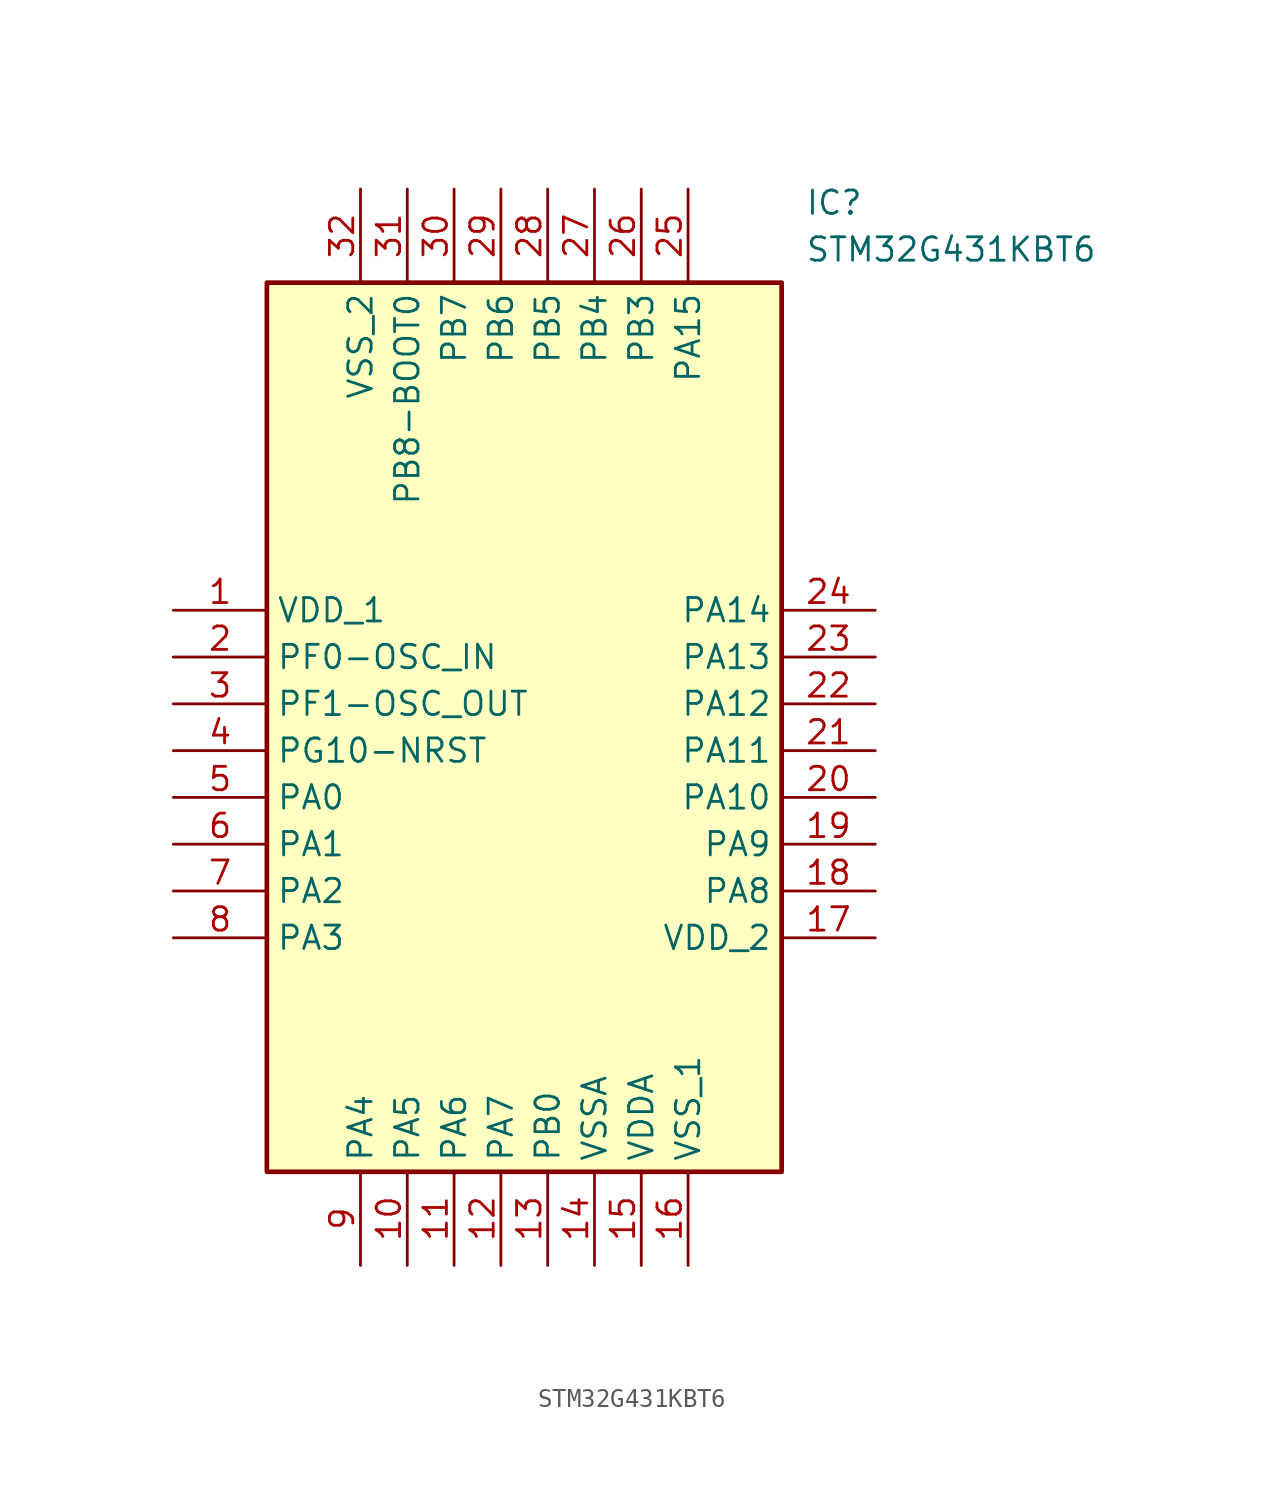
<source format=kicad_sym>
(kicad_symbol_lib
  (version 20211014)
  (generator SamacSys_ECAD_Model)
  (symbol "STM32G431KBT6"
    (property "Reference" "IC"
      (at 34.29 22.86 0)
      (effects (font (size 1.27 1.27)) (justify left top)))
    (property "Value" "STM32G431KBT6"
      (at 34.29 20.32 0)
      (effects (font (size 1.27 1.27)) (justify left top)))
    (rectangle
      (start 5.08 17.78)
      (end 33.02 -30.48)
      (stroke (width 0.254) (type default))
      (fill (type background)))
    (pin passive line
      (at 0 0 0)
      (length 5.08)
      (name "VDD_1" (effects (font (size 1.27 1.27))))
      (number "1" (effects (font (size 1.27 1.27)))))
    (pin passive line
      (at 0 -2.54 0)
      (length 5.08)
      (name "PF0-OSC_IN" (effects (font (size 1.27 1.27))))
      (number "2" (effects (font (size 1.27 1.27)))))
    (pin passive line
      (at 0 -5.08 0)
      (length 5.08)
      (name "PF1-OSC_OUT" (effects (font (size 1.27 1.27))))
      (number "3" (effects (font (size 1.27 1.27)))))
    (pin passive line
      (at 0 -7.62 0)
      (length 5.08)
      (name "PG10-NRST" (effects (font (size 1.27 1.27))))
      (number "4" (effects (font (size 1.27 1.27)))))
    (pin passive line
      (at 0 -10.16 0)
      (length 5.08)
      (name "PA0" (effects (font (size 1.27 1.27))))
      (number "5" (effects (font (size 1.27 1.27)))))
    (pin passive line
      (at 0 -12.7 0)
      (length 5.08)
      (name "PA1" (effects (font (size 1.27 1.27))))
      (number "6" (effects (font (size 1.27 1.27)))))
    (pin passive line
      (at 0 -15.24 0)
      (length 5.08)
      (name "PA2" (effects (font (size 1.27 1.27))))
      (number "7" (effects (font (size 1.27 1.27)))))
    (pin passive line
      (at 0 -17.78 0)
      (length 5.08)
      (name "PA3" (effects (font (size 1.27 1.27))))
      (number "8" (effects (font (size 1.27 1.27)))))
    (pin passive line
      (at 10.16 -35.56 90)
      (length 5.08)
      (name "PA4" (effects (font (size 1.27 1.27))))
      (number "9" (effects (font (size 1.27 1.27)))))
    (pin passive line
      (at 12.7 -35.56 90)
      (length 5.08)
      (name "PA5" (effects (font (size 1.27 1.27))))
      (number "10" (effects (font (size 1.27 1.27)))))
    (pin passive line
      (at 15.24 -35.56 90)
      (length 5.08)
      (name "PA6" (effects (font (size 1.27 1.27))))
      (number "11" (effects (font (size 1.27 1.27)))))
    (pin passive line
      (at 17.78 -35.56 90)
      (length 5.08)
      (name "PA7" (effects (font (size 1.27 1.27))))
      (number "12" (effects (font (size 1.27 1.27)))))
    (pin passive line
      (at 20.32 -35.56 90)
      (length 5.08)
      (name "PB0" (effects (font (size 1.27 1.27))))
      (number "13" (effects (font (size 1.27 1.27)))))
    (pin passive line
      (at 22.86 -35.56 90)
      (length 5.08)
      (name "VSSA" (effects (font (size 1.27 1.27))))
      (number "14" (effects (font (size 1.27 1.27)))))
    (pin passive line
      (at 25.4 -35.56 90)
      (length 5.08)
      (name "VDDA" (effects (font (size 1.27 1.27))))
      (number "15" (effects (font (size 1.27 1.27)))))
    (pin passive line
      (at 27.94 -35.56 90)
      (length 5.08)
      (name "VSS_1" (effects (font (size 1.27 1.27))))
      (number "16" (effects (font (size 1.27 1.27)))))
    (pin passive line
      (at 38.1 0 180)
      (length 5.08)
      (name "PA14" (effects (font (size 1.27 1.27))))
      (number "24" (effects (font (size 1.27 1.27)))))
    (pin passive line
      (at 38.1 -2.54 180)
      (length 5.08)
      (name "PA13" (effects (font (size 1.27 1.27))))
      (number "23" (effects (font (size 1.27 1.27)))))
    (pin passive line
      (at 38.1 -5.08 180)
      (length 5.08)
      (name "PA12" (effects (font (size 1.27 1.27))))
      (number "22" (effects (font (size 1.27 1.27)))))
    (pin passive line
      (at 38.1 -7.62 180)
      (length 5.08)
      (name "PA11" (effects (font (size 1.27 1.27))))
      (number "21" (effects (font (size 1.27 1.27)))))
    (pin passive line
      (at 38.1 -10.16 180)
      (length 5.08)
      (name "PA10" (effects (font (size 1.27 1.27))))
      (number "20" (effects (font (size 1.27 1.27)))))
    (pin passive line
      (at 38.1 -12.7 180)
      (length 5.08)
      (name "PA9" (effects (font (size 1.27 1.27))))
      (number "19" (effects (font (size 1.27 1.27)))))
    (pin passive line
      (at 38.1 -15.24 180)
      (length 5.08)
      (name "PA8" (effects (font (size 1.27 1.27))))
      (number "18" (effects (font (size 1.27 1.27)))))
    (pin passive line
      (at 38.1 -17.78 180)
      (length 5.08)
      (name "VDD_2" (effects (font (size 1.27 1.27))))
      (number "17" (effects (font (size 1.27 1.27)))))
    (pin passive line
      (at 10.16 22.86 270)
      (length 5.08)
      (name "VSS_2" (effects (font (size 1.27 1.27))))
      (number "32" (effects (font (size 1.27 1.27)))))
    (pin passive line
      (at 12.7 22.86 270)
      (length 5.08)
      (name "PB8-BOOT0" (effects (font (size 1.27 1.27))))
      (number "31" (effects (font (size 1.27 1.27)))))
    (pin passive line
      (at 15.24 22.86 270)
      (length 5.08)
      (name "PB7" (effects (font (size 1.27 1.27))))
      (number "30" (effects (font (size 1.27 1.27)))))
    (pin passive line
      (at 17.78 22.86 270)
      (length 5.08)
      (name "PB6" (effects (font (size 1.27 1.27))))
      (number "29" (effects (font (size 1.27 1.27)))))
    (pin passive line
      (at 20.32 22.86 270)
      (length 5.08)
      (name "PB5" (effects (font (size 1.27 1.27))))
      (number "28" (effects (font (size 1.27 1.27)))))
    (pin passive line
      (at 22.86 22.86 270)
      (length 5.08)
      (name "PB4" (effects (font (size 1.27 1.27))))
      (number "27" (effects (font (size 1.27 1.27)))))
    (pin passive line
      (at 25.4 22.86 270)
      (length 5.08)
      (name "PB3" (effects (font (size 1.27 1.27))))
      (number "26" (effects (font (size 1.27 1.27)))))
    (pin passive line
      (at 27.94 22.86 270)
      (length 5.08)
      (name "PA15" (effects (font (size 1.27 1.27))))
      (number "25" (effects (font (size 1.27 1.27)))))))
</source>
